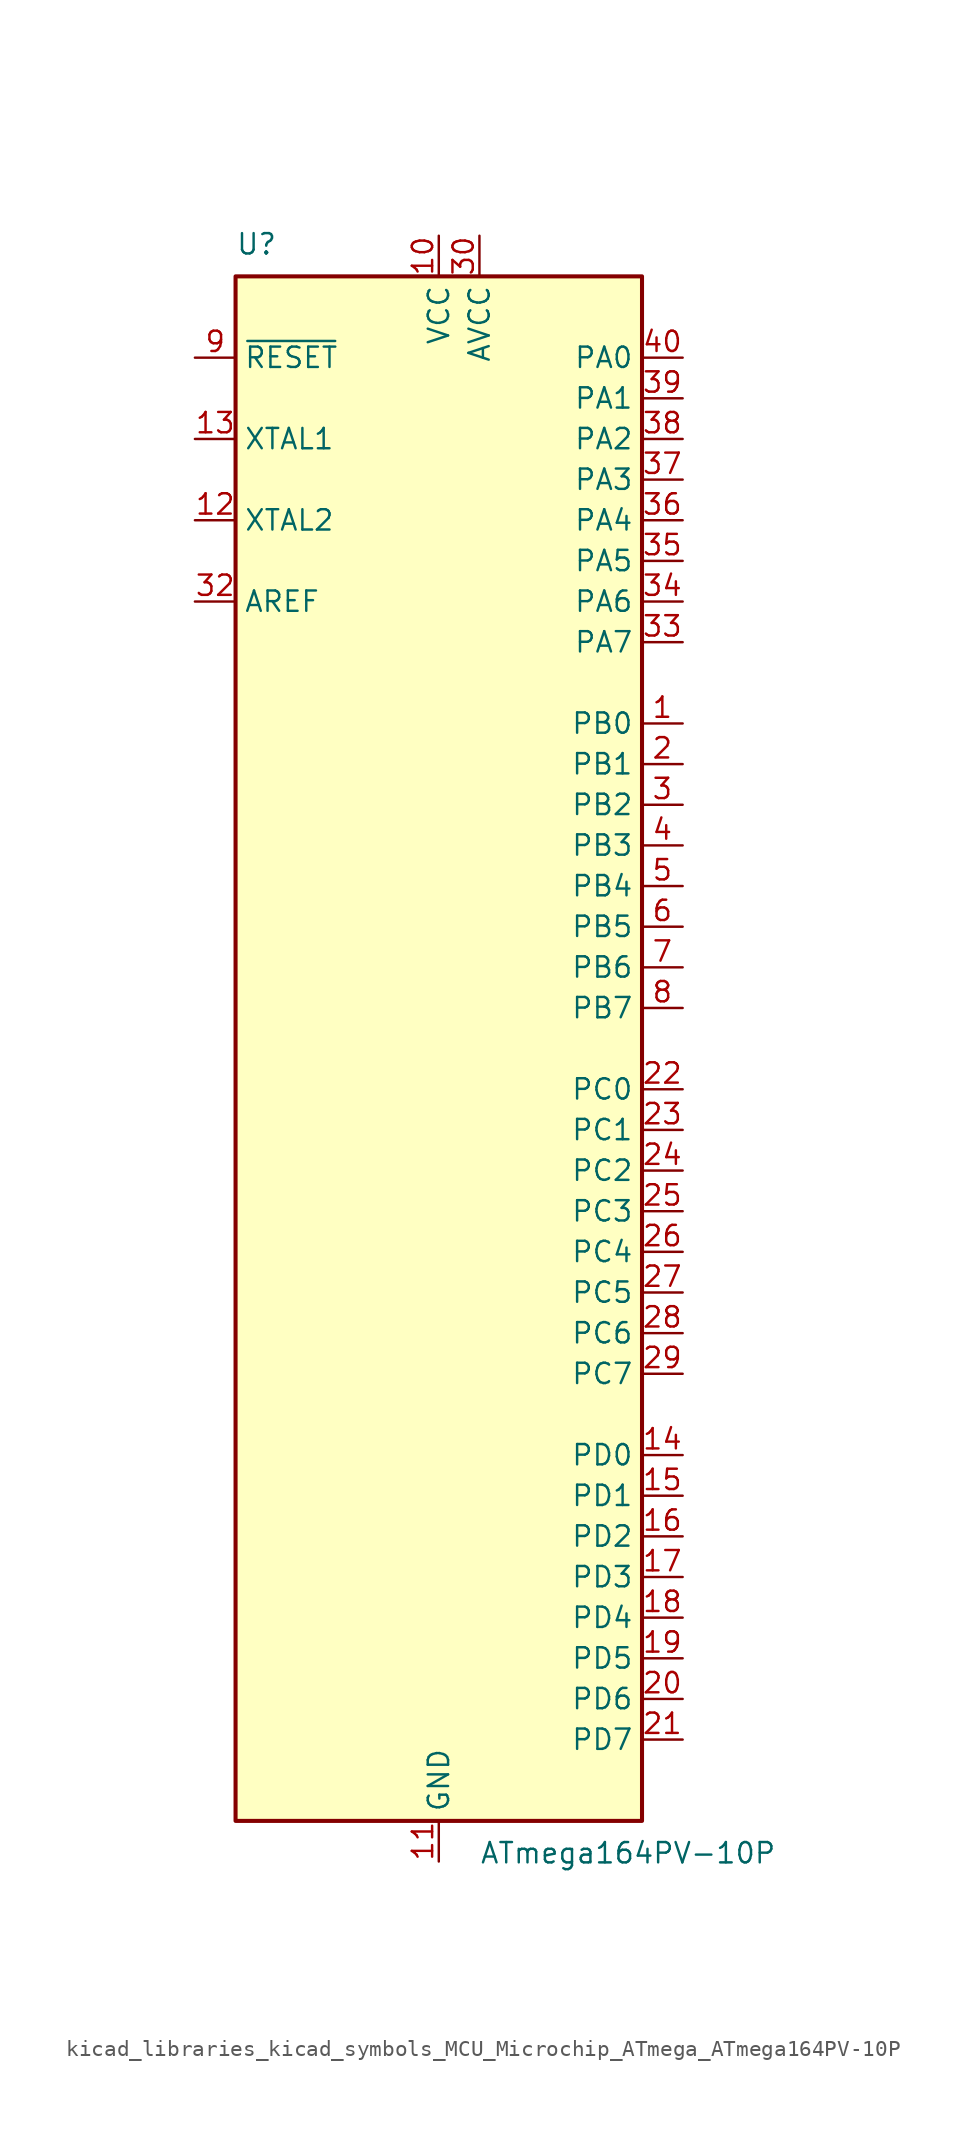
<source format=kicad_sym>
(kicad_symbol_lib
  (version 20220914)
  (generator kicad_symbol_editor)
  (symbol "kicad_libraries_kicad_symbols_MCU_Microchip_ATmega_ATmega164PV-10P"
    (property "Reference" "U"
      (at -12.7 49.53 0)
      (effects (font (size 1.27 1.27)) (justify left bottom)))
    (property "Value" "ATmega164PV-10P"
      (at 2.54 -49.53 0)
      (effects (font (size 1.27 1.27)) (justify left top)))
    (symbol "kicad_libraries_kicad_symbols_MCU_Microchip_ATmega_ATmega164PV-10P_0_1"
      (rectangle (start -12.7 -48.26) (end 12.7 48.26) (stroke (width 0.254) (type default)) (fill (type background))))
    (symbol "kicad_libraries_kicad_symbols_MCU_Microchip_ATmega_ATmega164PV-10P_1_1"
      (pin bidirectional line (at 15.24 20.32 180) (length 2.54) (name "PB0" (effects (font (size 1.27 1.27)))) (number "1" (effects (font (size 1.27 1.27)))))
      (pin power_in line (at 0 50.8 270) (length 2.54) (name "VCC" (effects (font (size 1.27 1.27)))) (number "10" (effects (font (size 1.27 1.27)))))
      (pin power_in line (at 0 -50.8 90) (length 2.54) (name "GND" (effects (font (size 1.27 1.27)))) (number "11" (effects (font (size 1.27 1.27)))))
      (pin output line (at -15.24 33.02 0) (length 2.54) (name "XTAL2" (effects (font (size 1.27 1.27)))) (number "12" (effects (font (size 1.27 1.27)))))
      (pin input line (at -15.24 38.1 0) (length 2.54) (name "XTAL1" (effects (font (size 1.27 1.27)))) (number "13" (effects (font (size 1.27 1.27)))))
      (pin bidirectional line (at 15.24 -25.4 180) (length 2.54) (name "PD0" (effects (font (size 1.27 1.27)))) (number "14" (effects (font (size 1.27 1.27)))))
      (pin bidirectional line (at 15.24 -27.94 180) (length 2.54) (name "PD1" (effects (font (size 1.27 1.27)))) (number "15" (effects (font (size 1.27 1.27)))))
      (pin bidirectional line (at 15.24 -30.48 180) (length 2.54) (name "PD2" (effects (font (size 1.27 1.27)))) (number "16" (effects (font (size 1.27 1.27)))))
      (pin bidirectional line (at 15.24 -33.02 180) (length 2.54) (name "PD3" (effects (font (size 1.27 1.27)))) (number "17" (effects (font (size 1.27 1.27)))))
      (pin bidirectional line (at 15.24 -35.56 180) (length 2.54) (name "PD4" (effects (font (size 1.27 1.27)))) (number "18" (effects (font (size 1.27 1.27)))))
      (pin bidirectional line (at 15.24 -38.1 180) (length 2.54) (name "PD5" (effects (font (size 1.27 1.27)))) (number "19" (effects (font (size 1.27 1.27)))))
      (pin bidirectional line (at 15.24 17.78 180) (length 2.54) (name "PB1" (effects (font (size 1.27 1.27)))) (number "2" (effects (font (size 1.27 1.27)))))
      (pin bidirectional line (at 15.24 -40.64 180) (length 2.54) (name "PD6" (effects (font (size 1.27 1.27)))) (number "20" (effects (font (size 1.27 1.27)))))
      (pin bidirectional line (at 15.24 -43.18 180) (length 2.54) (name "PD7" (effects (font (size 1.27 1.27)))) (number "21" (effects (font (size 1.27 1.27)))))
      (pin bidirectional line (at 15.24 -2.54 180) (length 2.54) (name "PC0" (effects (font (size 1.27 1.27)))) (number "22" (effects (font (size 1.27 1.27)))))
      (pin bidirectional line (at 15.24 -5.08 180) (length 2.54) (name "PC1" (effects (font (size 1.27 1.27)))) (number "23" (effects (font (size 1.27 1.27)))))
      (pin bidirectional line (at 15.24 -7.62 180) (length 2.54) (name "PC2" (effects (font (size 1.27 1.27)))) (number "24" (effects (font (size 1.27 1.27)))))
      (pin bidirectional line (at 15.24 -10.16 180) (length 2.54) (name "PC3" (effects (font (size 1.27 1.27)))) (number "25" (effects (font (size 1.27 1.27)))))
      (pin bidirectional line (at 15.24 -12.7 180) (length 2.54) (name "PC4" (effects (font (size 1.27 1.27)))) (number "26" (effects (font (size 1.27 1.27)))))
      (pin bidirectional line (at 15.24 -15.24 180) (length 2.54) (name "PC5" (effects (font (size 1.27 1.27)))) (number "27" (effects (font (size 1.27 1.27)))))
      (pin bidirectional line (at 15.24 -17.78 180) (length 2.54) (name "PC6" (effects (font (size 1.27 1.27)))) (number "28" (effects (font (size 1.27 1.27)))))
      (pin bidirectional line (at 15.24 -20.32 180) (length 2.54) (name "PC7" (effects (font (size 1.27 1.27)))) (number "29" (effects (font (size 1.27 1.27)))))
      (pin bidirectional line (at 15.24 15.24 180) (length 2.54) (name "PB2" (effects (font (size 1.27 1.27)))) (number "3" (effects (font (size 1.27 1.27)))))
      (pin power_in line (at 2.54 50.8 270) (length 2.54) (name "AVCC" (effects (font (size 1.27 1.27)))) (number "30" (effects (font (size 1.27 1.27)))))
      (pin passive line (at 0 -50.8 90) (length 2.54) hide (name "GND" (effects (font (size 1.27 1.27)))) (number "31" (effects (font (size 1.27 1.27)))))
      (pin passive line (at -15.24 27.94 0) (length 2.54) (name "AREF" (effects (font (size 1.27 1.27)))) (number "32" (effects (font (size 1.27 1.27)))))
      (pin bidirectional line (at 15.24 25.4 180) (length 2.54) (name "PA7" (effects (font (size 1.27 1.27)))) (number "33" (effects (font (size 1.27 1.27)))))
      (pin bidirectional line (at 15.24 27.94 180) (length 2.54) (name "PA6" (effects (font (size 1.27 1.27)))) (number "34" (effects (font (size 1.27 1.27)))))
      (pin bidirectional line (at 15.24 30.48 180) (length 2.54) (name "PA5" (effects (font (size 1.27 1.27)))) (number "35" (effects (font (size 1.27 1.27)))))
      (pin bidirectional line (at 15.24 33.02 180) (length 2.54) (name "PA4" (effects (font (size 1.27 1.27)))) (number "36" (effects (font (size 1.27 1.27)))))
      (pin bidirectional line (at 15.24 35.56 180) (length 2.54) (name "PA3" (effects (font (size 1.27 1.27)))) (number "37" (effects (font (size 1.27 1.27)))))
      (pin bidirectional line (at 15.24 38.1 180) (length 2.54) (name "PA2" (effects (font (size 1.27 1.27)))) (number "38" (effects (font (size 1.27 1.27)))))
      (pin bidirectional line (at 15.24 40.64 180) (length 2.54) (name "PA1" (effects (font (size 1.27 1.27)))) (number "39" (effects (font (size 1.27 1.27)))))
      (pin bidirectional line (at 15.24 12.7 180) (length 2.54) (name "PB3" (effects (font (size 1.27 1.27)))) (number "4" (effects (font (size 1.27 1.27)))))
      (pin bidirectional line (at 15.24 43.18 180) (length 2.54) (name "PA0" (effects (font (size 1.27 1.27)))) (number "40" (effects (font (size 1.27 1.27)))))
      (pin bidirectional line (at 15.24 10.16 180) (length 2.54) (name "PB4" (effects (font (size 1.27 1.27)))) (number "5" (effects (font (size 1.27 1.27)))))
      (pin bidirectional line (at 15.24 7.62 180) (length 2.54) (name "PB5" (effects (font (size 1.27 1.27)))) (number "6" (effects (font (size 1.27 1.27)))))
      (pin bidirectional line (at 15.24 5.08 180) (length 2.54) (name "PB6" (effects (font (size 1.27 1.27)))) (number "7" (effects (font (size 1.27 1.27)))))
      (pin bidirectional line (at 15.24 2.54 180) (length 2.54) (name "PB7" (effects (font (size 1.27 1.27)))) (number "8" (effects (font (size 1.27 1.27)))))
      (pin input line (at -15.24 43.18 0) (length 2.54) (name "~{RESET}" (effects (font (size 1.27 1.27)))) (number "9" (effects (font (size 1.27 1.27))))))))
</source>
